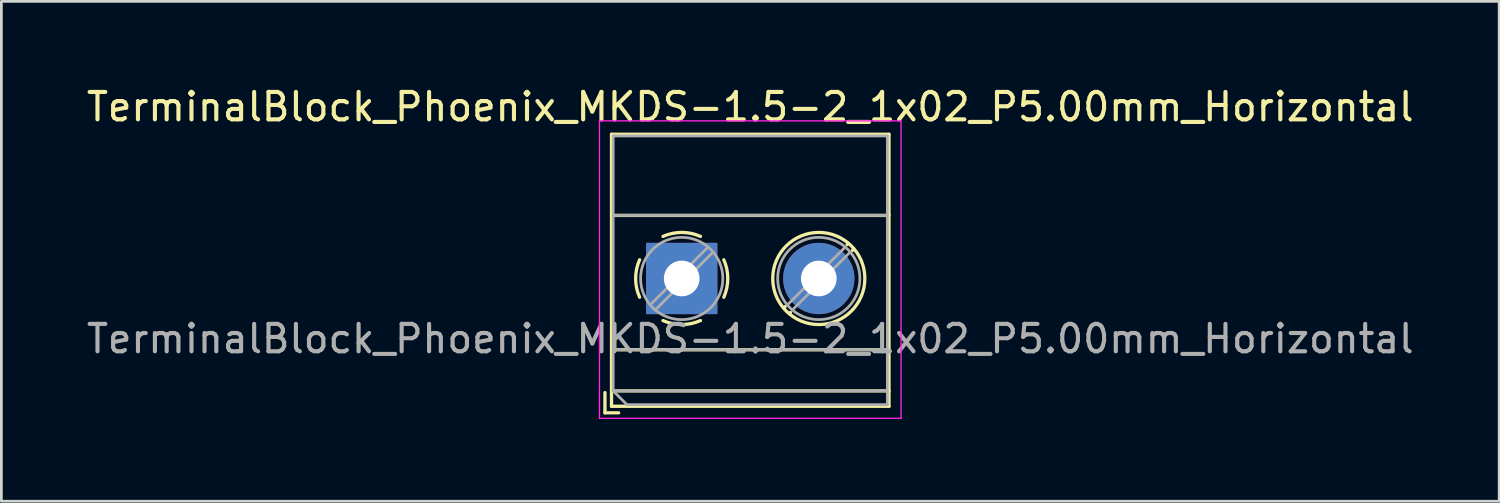
<source format=kicad_pcb>
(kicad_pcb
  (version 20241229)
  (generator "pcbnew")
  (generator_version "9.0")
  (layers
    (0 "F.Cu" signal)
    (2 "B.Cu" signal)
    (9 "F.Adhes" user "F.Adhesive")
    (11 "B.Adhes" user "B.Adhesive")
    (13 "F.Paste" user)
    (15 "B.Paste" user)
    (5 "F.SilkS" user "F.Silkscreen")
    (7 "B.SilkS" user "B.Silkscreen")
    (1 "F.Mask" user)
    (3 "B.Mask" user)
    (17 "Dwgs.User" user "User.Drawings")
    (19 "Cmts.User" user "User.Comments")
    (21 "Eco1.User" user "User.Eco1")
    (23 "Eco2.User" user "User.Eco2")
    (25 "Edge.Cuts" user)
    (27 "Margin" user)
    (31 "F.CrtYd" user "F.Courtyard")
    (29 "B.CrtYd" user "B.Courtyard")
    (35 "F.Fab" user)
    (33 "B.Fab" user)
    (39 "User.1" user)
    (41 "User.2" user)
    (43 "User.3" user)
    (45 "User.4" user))
  (footprint "TerminalBlock_Phoenix_MKDS-1.5-2_1x02_P5.00mm_Horizontal"
    (layer "F.Cu")
    (at 21.815 7.108)
    (property "Reference" "TerminalBlock_Phoenix_MKDS-1.5-2_1x02_P5.00mm_Horizontal" (at 2.5 -6.26 0) (layer "F.SilkS") (effects (font (size 1 1) (thickness 0.15))))
    (attr through_hole)
    (fp_line (start -2.8 4.16) (end -2.8 4.9) (stroke (width 0.12) (type solid)) (layer "F.SilkS"))
    (fp_line (start -2.8 4.9) (end -2.3 4.9) (stroke (width 0.12) (type solid)) (layer "F.SilkS"))
    (fp_line (start -2.56 -5.261) (end -2.56 4.66) (stroke (width 0.12) (type solid)) (layer "F.SilkS"))
    (fp_line (start -2.56 -5.261) (end 7.56 -5.261) (stroke (width 0.12) (type solid)) (layer "F.SilkS"))
    (fp_line (start -2.56 -2.301) (end 7.56 -2.301) (stroke (width 0.12) (type solid)) (layer "F.SilkS"))
    (fp_line (start -2.56 2.6) (end 7.56 2.6) (stroke (width 0.12) (type solid)) (layer "F.SilkS"))
    (fp_line (start -2.56 4.1) (end 7.56 4.1) (stroke (width 0.12) (type solid)) (layer "F.SilkS"))
    (fp_line (start -2.56 4.66) (end 7.56 4.66) (stroke (width 0.12) (type solid)) (layer "F.SilkS"))
    (fp_line (start 3.773 1.023) (end 3.726 1.069) (stroke (width 0.12) (type solid)) (layer "F.SilkS"))
    (fp_line (start 3.966 1.239) (end 3.931 1.274) (stroke (width 0.12) (type solid)) (layer "F.SilkS"))
    (fp_line (start 6.07 -1.275) (end 6.035 -1.239) (stroke (width 0.12) (type solid)) (layer "F.SilkS"))
    (fp_line (start 6.275 -1.069) (end 6.228 -1.023) (stroke (width 0.12) (type solid)) (layer "F.SilkS"))
    (fp_line (start 7.56 -5.261) (end 7.56 4.66) (stroke (width 0.12) (type solid)) (layer "F.SilkS"))
    (fp_arc (start -1.535427 0.683042) (mid -1.680501 -0.000524) (end -1.535 -0.684) (stroke (width 0.12) (type solid)) (layer "F.SilkS"))
    (fp_arc (start -0.683042 -1.535427) (mid 0.000524 -1.680501) (end 0.684 -1.535) (stroke (width 0.12) (type solid)) (layer "F.SilkS"))
    (fp_arc (start 0.028805 1.680253) (mid -0.335551 1.646659) (end -0.684 1.535) (stroke (width 0.12) (type solid)) (layer "F.SilkS"))
    (fp_arc (start 0.683318 1.534756) (mid 0.349292 1.643288) (end 0 1.68) (stroke (width 0.12) (type solid)) (layer "F.SilkS"))
    (fp_arc (start 1.535427 -0.683042) (mid 1.680501 0.000524) (end 1.535 0.684) (stroke (width 0.12) (type solid)) (layer "F.SilkS"))
    (fp_circle (center 5 0) (end 6.68 0) (stroke (width 0.12) (type solid)) (fill no) (layer "F.SilkS"))
    (fp_line (start -3 -5.75) (end -3 5.1) (stroke (width 0.05) (type solid)) (layer "F.CrtYd"))
    (fp_line (start -3 5.1) (end 8 5.1) (stroke (width 0.05) (type solid)) (layer "F.CrtYd"))
    (fp_line (start 8 -5.75) (end -3 -5.75) (stroke (width 0.05) (type solid)) (layer "F.CrtYd"))
    (fp_line (start 8 5.1) (end 8 -5.75) (stroke (width 0.05) (type solid)) (layer "F.CrtYd"))
    (fp_line (start -2.5 -5.2) (end 7.5 -5.2) (stroke (width 0.1) (type solid)) (layer "F.Fab"))
    (fp_line (start -2.5 -2.3) (end 7.5 -2.3) (stroke (width 0.1) (type solid)) (layer "F.Fab"))
    (fp_line (start -2.5 2.6) (end 7.5 2.6) (stroke (width 0.1) (type solid)) (layer "F.Fab"))
    (fp_line (start -2.5 4.1) (end -2.5 -5.2) (stroke (width 0.1) (type solid)) (layer "F.Fab"))
    (fp_line (start -2.5 4.1) (end 7.5 4.1) (stroke (width 0.1) (type solid)) (layer "F.Fab"))
    (fp_line (start -2 4.6) (end -2.5 4.1) (stroke (width 0.1) (type solid)) (layer "F.Fab"))
    (fp_line (start 0.955 -1.138) (end -1.138 0.955) (stroke (width 0.1) (type solid)) (layer "F.Fab"))
    (fp_line (start 1.138 -0.955) (end -0.955 1.138) (stroke (width 0.1) (type solid)) (layer "F.Fab"))
    (fp_line (start 5.955 -1.138) (end 3.863 0.955) (stroke (width 0.1) (type solid)) (layer "F.Fab"))
    (fp_line (start 6.138 -0.955) (end 4.046 1.138) (stroke (width 0.1) (type solid)) (layer "F.Fab"))
    (fp_line (start 7.5 -5.2) (end 7.5 4.6) (stroke (width 0.1) (type solid)) (layer "F.Fab"))
    (fp_line (start 7.5 4.6) (end -2 4.6) (stroke (width 0.1) (type solid)) (layer "F.Fab"))
    (fp_circle (center 0 0) (end 1.5 0) (stroke (width 0.1) (type solid)) (fill no) (layer "F.Fab"))
    (fp_circle (center 5 0) (end 6.5 0) (stroke (width 0.1) (type solid)) (fill no) (layer "F.Fab"))
    (fp_text user "${REFERENCE}" (at 2.5 2.2 0) (layer "F.Fab") (effects (font (size 1 1) (thickness 0.15))))
    (pad "1" thru_hole rect (at 0 0) (size 2.6 2.6) (drill 1.3) (layers "*.Cu" "*.Mask"))
    (pad "2" thru_hole circle (at 5 0) (size 2.6 2.6) (drill 1.3) (layers "*.Cu" "*.Mask")))
  (gr_rect
    (start -3 -3)
    (end 51.631 15.233)
    (stroke (width 0.1) (type default))
    (fill no)
    (layer "Edge.Cuts")))
</source>
